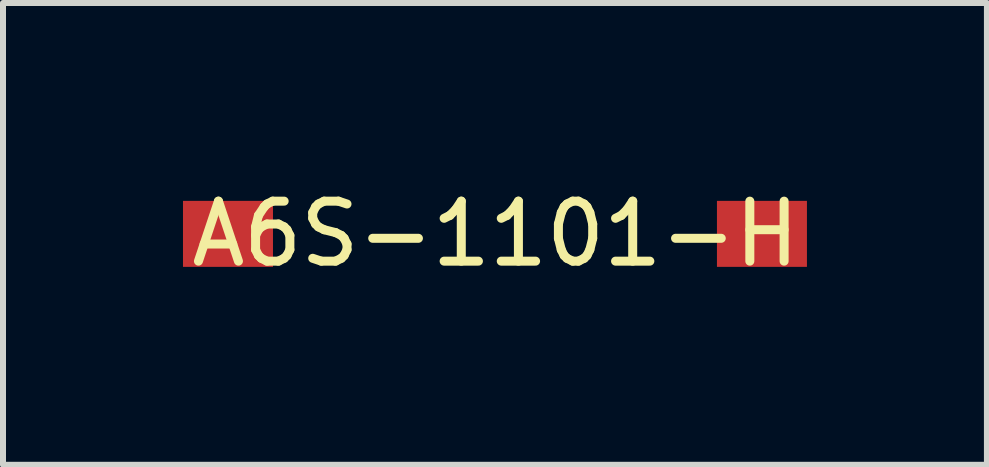
<source format=kicad_pcb>
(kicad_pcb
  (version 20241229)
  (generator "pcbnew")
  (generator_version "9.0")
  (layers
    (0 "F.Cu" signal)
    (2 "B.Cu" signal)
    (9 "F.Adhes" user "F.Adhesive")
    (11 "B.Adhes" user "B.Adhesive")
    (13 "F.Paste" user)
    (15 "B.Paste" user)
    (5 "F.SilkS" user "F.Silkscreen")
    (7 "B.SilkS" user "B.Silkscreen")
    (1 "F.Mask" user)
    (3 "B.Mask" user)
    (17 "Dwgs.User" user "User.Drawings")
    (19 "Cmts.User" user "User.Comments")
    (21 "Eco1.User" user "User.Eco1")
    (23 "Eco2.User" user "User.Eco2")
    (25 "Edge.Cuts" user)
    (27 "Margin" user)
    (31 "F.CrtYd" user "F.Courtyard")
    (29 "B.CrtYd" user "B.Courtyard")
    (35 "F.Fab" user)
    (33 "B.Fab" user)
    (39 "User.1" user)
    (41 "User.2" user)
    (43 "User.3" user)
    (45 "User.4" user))
  (footprint "A6S-1101-H"
    (layer "F.Cu")
    (at 5.21 0.848)
    (property "Reference" "A6S-1101-H" (at 0 0 0) (layer "F.SilkS") (effects (font (size 1 1) (thickness 0.15))))
    (attr through_hole)
    (pad "1" smd rect (at -4.46 0) (size 1.5 1.1) (layers "F.Cu" "F.Mask" "F.Paste"))
    (pad "2" smd rect (at 4.44 0) (size 1.5 1.1) (layers "F.Cu" "F.Mask" "F.Paste")))
  (gr_rect
    (start -3 -3)
    (end 13.4 4.697)
    (stroke (width 0.1) (type default))
    (fill no)
    (layer "Edge.Cuts")))
</source>
